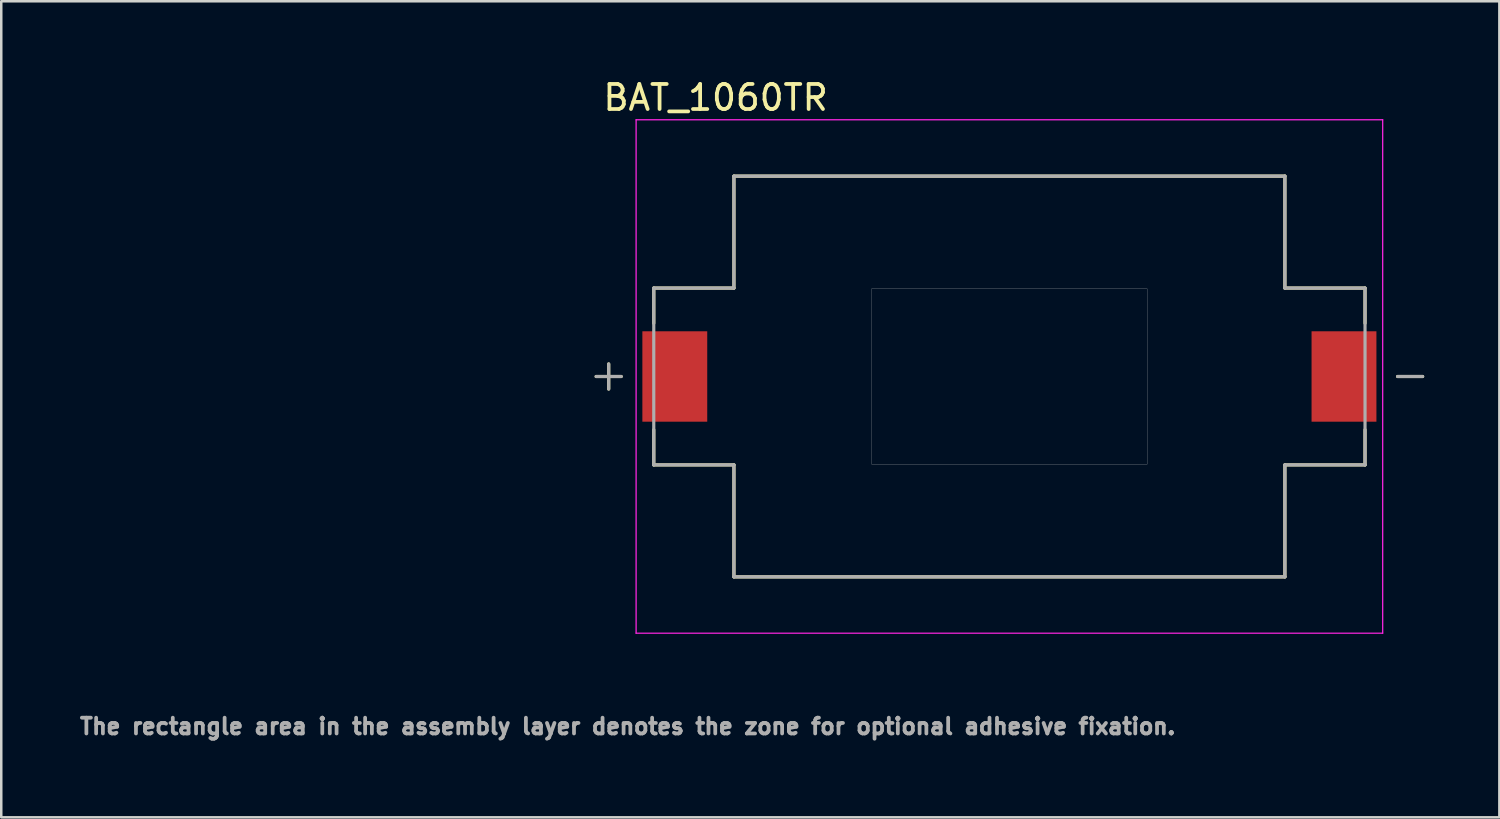
<source format=kicad_pcb>
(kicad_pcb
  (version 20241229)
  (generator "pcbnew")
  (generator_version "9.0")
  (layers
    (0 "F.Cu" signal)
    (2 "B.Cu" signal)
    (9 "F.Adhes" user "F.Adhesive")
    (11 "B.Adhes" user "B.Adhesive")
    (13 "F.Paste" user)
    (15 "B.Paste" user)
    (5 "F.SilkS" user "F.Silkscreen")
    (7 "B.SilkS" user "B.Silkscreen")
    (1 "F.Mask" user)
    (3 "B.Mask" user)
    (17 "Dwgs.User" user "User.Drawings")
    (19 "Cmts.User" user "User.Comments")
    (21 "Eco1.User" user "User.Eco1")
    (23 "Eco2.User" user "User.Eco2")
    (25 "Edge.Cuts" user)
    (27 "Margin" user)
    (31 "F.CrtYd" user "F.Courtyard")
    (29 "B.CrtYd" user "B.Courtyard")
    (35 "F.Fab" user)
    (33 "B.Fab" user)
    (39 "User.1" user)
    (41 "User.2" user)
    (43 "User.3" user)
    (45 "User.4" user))
  (footprint "BAT_1060TR"
    (layer "F.Cu")
    (at 37.254 11.983)
    (property "Reference" "BAT_1060TR" (at -11.73 -11.135 0) (layer "F.SilkS") (effects (font (size 1 1) (thickness 0.15))))
    (attr smd)
    (fp_line (start -16 -0.5) (end -16 0.5) (stroke (width 0.127) (type solid)) (layer "F.SilkS"))
    (fp_line (start -15.5 0) (end -16.5 0) (stroke (width 0.127) (type solid)) (layer "F.SilkS"))
    (fp_line (start -14.2 -3.53) (end -14.2 -2.125) (stroke (width 0.127) (type solid)) (layer "F.SilkS"))
    (fp_line (start -14.2 3.53) (end -14.2 2.125) (stroke (width 0.127) (type solid)) (layer "F.SilkS"))
    (fp_line (start -14.2 3.53) (end -11 3.53) (stroke (width 0.127) (type solid)) (layer "F.SilkS"))
    (fp_line (start -11 -8) (end -11 -3.53) (stroke (width 0.127) (type solid)) (layer "F.SilkS"))
    (fp_line (start -11 -3.53) (end -14.2 -3.53) (stroke (width 0.127) (type solid)) (layer "F.SilkS"))
    (fp_line (start -11 3.53) (end -11 8) (stroke (width 0.127) (type solid)) (layer "F.SilkS"))
    (fp_line (start -11 8) (end 11 8) (stroke (width 0.127) (type solid)) (layer "F.SilkS"))
    (fp_line (start 11 -8) (end -11 -8) (stroke (width 0.127) (type solid)) (layer "F.SilkS"))
    (fp_line (start 11 -3.53) (end 11 -8) (stroke (width 0.127) (type solid)) (layer "F.SilkS"))
    (fp_line (start 11 3.53) (end 14.2 3.53) (stroke (width 0.127) (type solid)) (layer "F.SilkS"))
    (fp_line (start 11 8) (end 11 3.53) (stroke (width 0.127) (type solid)) (layer "F.SilkS"))
    (fp_line (start 14.2 -3.53) (end 11 -3.53) (stroke (width 0.127) (type solid)) (layer "F.SilkS"))
    (fp_line (start 14.2 -2.125) (end 14.2 -3.53) (stroke (width 0.127) (type solid)) (layer "F.SilkS"))
    (fp_line (start 14.2 3.53) (end 14.2 2.125) (stroke (width 0.127) (type solid)) (layer "F.SilkS"))
    (fp_line (start 15.5 0) (end 16.5 0) (stroke (width 0.127) (type solid)) (layer "F.SilkS"))
    (fp_line (start -14.905 -10.25) (end -14.905 10.25) (stroke (width 0.05) (type solid)) (layer "F.CrtYd"))
    (fp_line (start -14.905 10.25) (end 14.905 10.25) (stroke (width 0.05) (type solid)) (layer "F.CrtYd"))
    (fp_line (start 14.905 -10.25) (end -14.905 -10.25) (stroke (width 0.05) (type solid)) (layer "F.CrtYd"))
    (fp_line (start 14.905 10.25) (end 14.905 -10.25) (stroke (width 0.05) (type solid)) (layer "F.CrtYd"))
    (fp_line (start -16.5 0) (end -15.5 0) (stroke (width 0.127) (type solid)) (layer "F.Fab"))
    (fp_line (start -16 -0.5) (end -16 0.5) (stroke (width 0.127) (type solid)) (layer "F.Fab"))
    (fp_line (start -14.2 -3.53) (end -14.2 3.53) (stroke (width 0.127) (type solid)) (layer "F.Fab"))
    (fp_line (start -14.2 3.53) (end -11 3.53) (stroke (width 0.127) (type solid)) (layer "F.Fab"))
    (fp_line (start -11 -8) (end -11 -3.53) (stroke (width 0.127) (type solid)) (layer "F.Fab"))
    (fp_line (start -11 -3.53) (end -14.2 -3.53) (stroke (width 0.127) (type solid)) (layer "F.Fab"))
    (fp_line (start -11 3.53) (end -11 8) (stroke (width 0.127) (type solid)) (layer "F.Fab"))
    (fp_line (start -11 8) (end 11 8) (stroke (width 0.127) (type solid)) (layer "F.Fab"))
    (fp_line (start 11 -8) (end -11 -8) (stroke (width 0.127) (type solid)) (layer "F.Fab"))
    (fp_line (start 11 -3.53) (end 11 -8) (stroke (width 0.127) (type solid)) (layer "F.Fab"))
    (fp_line (start 11 3.53) (end 14.2 3.53) (stroke (width 0.127) (type solid)) (layer "F.Fab"))
    (fp_line (start 11 8) (end 11 3.53) (stroke (width 0.127) (type solid)) (layer "F.Fab"))
    (fp_line (start 14.2 -3.53) (end 11 -3.53) (stroke (width 0.127) (type solid)) (layer "F.Fab"))
    (fp_line (start 14.2 3.53) (end 14.2 -3.53) (stroke (width 0.127) (type solid)) (layer "F.Fab"))
    (fp_line (start 15.5 0) (end 16.5 0) (stroke (width 0.127) (type solid)) (layer "F.Fab"))
    (fp_poly (pts (xy -5.5 -3.505) (xy 5.5 -3.505) (xy 5.5 3.505) (xy -5.5 3.505)) (stroke (width 0.01) (type solid)) (fill no) (layer "F.Fab"))
    (fp_text user "The rectangle area in the assembly layer denotes the zone for optional adhesive fixation." (at -15.24 13.97 0) (layer "F.Fab") (effects (font (size 0.63 0.63) (thickness 0.15))))
    (pad "N" smd rect (at 13.36 0) (size 2.59 3.61) (layers "F.Cu" "F.Mask" "F.Paste"))
    (pad "P" smd rect (at -13.36 0) (size 2.59 3.61) (layers "F.Cu" "F.Mask" "F.Paste")))
  (gr_rect
    (start -3 -3)
    (end 56.818 29.585)
    (stroke (width 0.1) (type default))
    (fill no)
    (layer "Edge.Cuts")))
</source>
